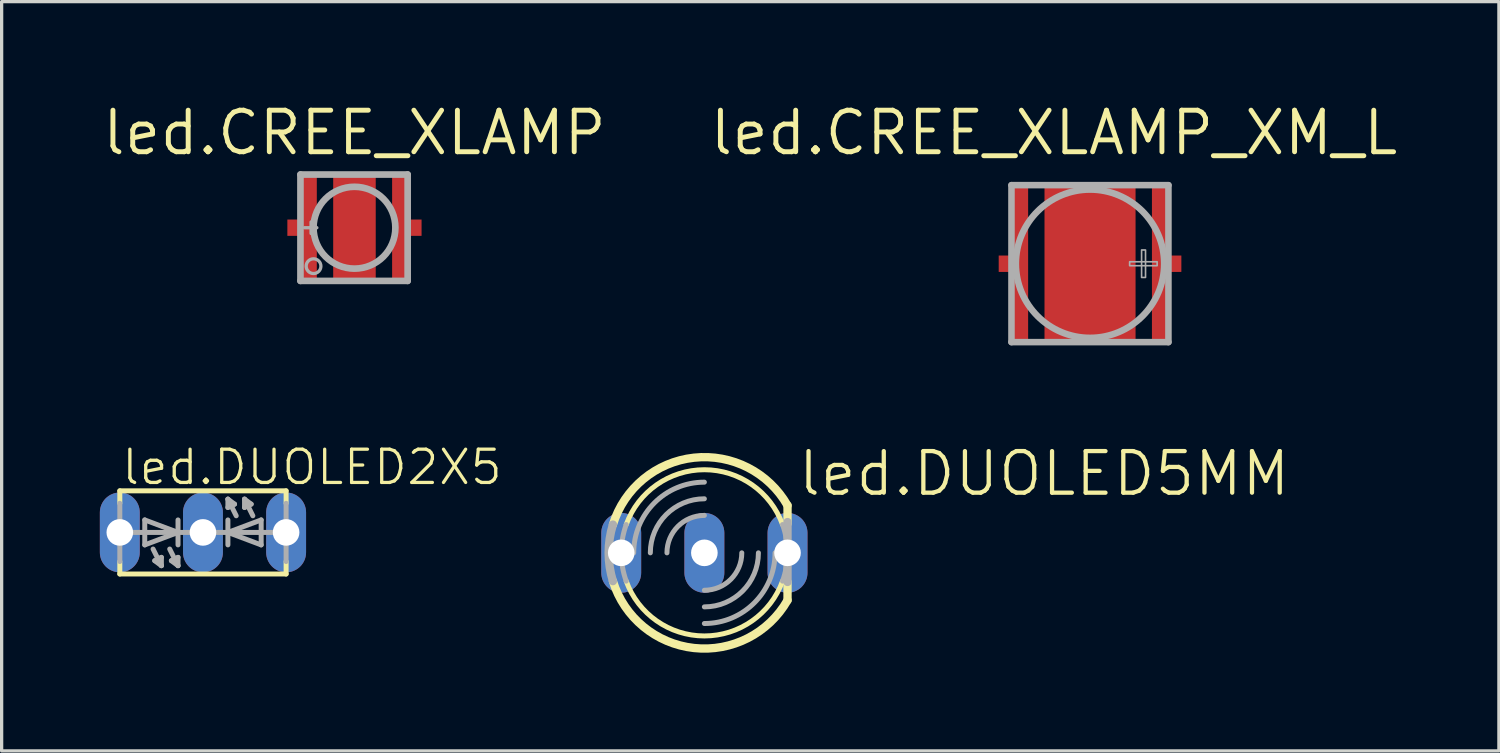
<source format=kicad_pcb>
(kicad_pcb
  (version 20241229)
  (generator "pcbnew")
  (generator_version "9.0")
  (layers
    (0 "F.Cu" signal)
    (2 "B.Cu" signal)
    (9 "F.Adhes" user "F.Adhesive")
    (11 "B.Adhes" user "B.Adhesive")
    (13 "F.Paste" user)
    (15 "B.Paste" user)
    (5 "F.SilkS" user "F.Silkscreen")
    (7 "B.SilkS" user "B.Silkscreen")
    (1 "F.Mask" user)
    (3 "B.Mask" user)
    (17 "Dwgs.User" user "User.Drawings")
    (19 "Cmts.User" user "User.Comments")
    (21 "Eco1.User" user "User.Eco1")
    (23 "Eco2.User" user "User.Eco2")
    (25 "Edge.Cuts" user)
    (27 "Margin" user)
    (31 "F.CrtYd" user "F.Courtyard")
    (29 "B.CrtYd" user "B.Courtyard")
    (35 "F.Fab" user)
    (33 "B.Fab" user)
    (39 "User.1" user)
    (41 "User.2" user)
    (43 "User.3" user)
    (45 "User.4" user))
  (footprint "led.CREE_XLAMP_XM_L"
    (layer "F.Cu")
    (at 30.248 5.006)
    (property "Reference" "led.CREE_XLAMP_XM_L" (at -1.1 -4 0) (layer "F.SilkS") (effects (font (size 1.27 1.27) (thickness 0.15))))
    (attr smd)
    (fp_rect (start -2.84 0.295) (end -2.295 -0.3) (stroke (width 0.05) (type default)) (fill yes) (layer "F.Mask"))
    (fp_rect (start -2.44 2.45) (end -1.845 -2.44) (stroke (width 0.05) (type default)) (fill yes) (layer "F.Mask"))
    (fp_rect (start -1.455 2.44) (end 1.44 -2.445) (stroke (width 0.05) (type default)) (fill yes) (layer "F.Mask"))
    (fp_rect (start 1.845 2.445) (end 2.44 -2.45) (stroke (width 0.05) (type default)) (fill yes) (layer "F.Mask"))
    (fp_rect (start 2.295 0.3) (end 2.84 -0.295) (stroke (width 0.05) (type default)) (fill yes) (layer "F.Mask"))
    (fp_rect (start -2.75 0.195) (end -2.345 -0.2) (stroke (width 0.05) (type default)) (fill yes) (layer "F.Paste"))
    (fp_rect (start -2.35 2.35) (end -1.9 -2.35) (stroke (width 0.05) (type default)) (fill yes) (layer "F.Paste"))
    (fp_rect (start -1.295 2.355) (end 1.3 -2.35) (stroke (width 0.05) (type default)) (fill yes) (layer "F.Paste"))
    (fp_rect (start 1.9 2.35) (end 2.35 -2.35) (stroke (width 0.05) (type default)) (fill yes) (layer "F.Paste"))
    (fp_rect (start 2.345 0.2) (end 2.75 -0.195) (stroke (width 0.05) (type default)) (fill yes) (layer "F.Paste"))
    (fp_line (start -2.4 -2.4) (end 2.395 -2.4) (stroke (width 0.2) (type default)) (layer "F.Fab"))
    (fp_line (start -2.4 2.395) (end -2.4 -2.4) (stroke (width 0.2) (type default)) (layer "F.Fab"))
    (fp_line (start 2.395 -2.4) (end 2.395 2.395) (stroke (width 0.2) (type default)) (layer "F.Fab"))
    (fp_line (start 2.395 2.395) (end -2.4 2.395) (stroke (width 0.2) (type default)) (layer "F.Fab"))
    (fp_rect (start 1.21 0.06) (end 2.05 -0.06) (stroke (width 0.05) (type default)) (fill no) (layer "F.Fab"))
    (fp_rect (start 1.575 0.42) (end 1.695 -0.42) (stroke (width 0.05) (type default)) (fill no) (layer "F.Fab"))
    (fp_circle (center 0 0) (end 2.265 0) (stroke (width 0.2) (type default)) (fill no) (layer "F.Fab"))
    (pad "A" smd roundrect (at 2.141 0) (size 0.5 4.8) (layers "F.Cu" "F.Mask" "F.Paste") (roundrect_rratio 0.01))
    (pad "A@1" smd roundrect (at 2.54 0) (size 0.5 0.5) (layers "F.Cu" "F.Mask" "F.Paste") (roundrect_rratio 0.01))
    (pad "C" smd roundrect (at -2.141 0) (size 0.5 4.8) (layers "F.Cu" "F.Mask" "F.Paste") (roundrect_rratio 0.01))
    (pad "C@1" smd roundrect (at -2.54 0) (size 0.5 0.5) (layers "F.Cu" "F.Mask" "F.Paste") (roundrect_rratio 0.01))
    (pad "EXP" smd roundrect (at 0 0) (size 2.782 4.8) (layers "F.Cu" "F.Mask" "F.Paste") (roundrect_rratio 0.01)))
  (footprint "led.DUOLED5MM"
    (layer "F.Cu")
    (at 18.467 13.838)
    (property "Reference" "led.DUOLED5MM" (at 2.794 -1.676 0) (layer "F.SilkS") (effects (font (size 1.27 1.27) (thickness 0.13)) (justify left bottom)))
    (attr through_hole)
    (fp_line (start 2.54 -1.448) (end 2.54 -0.889) (stroke (width 0.254) (type default)) (layer "F.SilkS"))
    (fp_line (start 2.54 0.889) (end 2.54 1.448) (stroke (width 0.254) (type default)) (layer "F.SilkS"))
    (fp_arc (start -2.7933 -0.8634) (mid -0.318481 -2.906275) (end 2.54 -1.4478) (stroke (width 0.254) (type default)) (layer "F.SilkS"))
    (fp_arc (start -2.3876 -0.8636) (mid 0 -2.538984) (end 2.3876 -0.8636) (stroke (width 0.1524) (type default)) (layer "F.SilkS"))
    (fp_arc (start 2.3876 0.8636) (mid 0 2.538984) (end -2.3876 0.8636) (stroke (width 0.1524) (type default)) (layer "F.SilkS"))
    (fp_arc (start 2.5407 1.4482) (mid -0.318547 2.907036) (end -2.794 0.8636) (stroke (width 0.254) (type default)) (layer "F.SilkS"))
    (fp_line (start 2.54 -0.94) (end 2.54 0.889) (stroke (width 0.254) (type default)) (layer "F.Fab"))
    (fp_arc (start -2.794 0.8636) (mid -2.924421 0) (end -2.794 -0.8636) (stroke (width 0.254) (type default)) (layer "F.Fab"))
    (fp_arc (start -2.3876 0.8636) (mid -2.538984 0) (end -2.3876 -0.8636) (stroke (width 0.1524) (type default)) (layer "F.Fab"))
    (fp_arc (start -2.159 0) (mid -1.526644 -1.526644) (end 0 -2.159) (stroke (width 0.1524) (type default)) (layer "F.Fab"))
    (fp_arc (start -1.651 0) (mid -1.167433 -1.167433) (end 0 -1.651) (stroke (width 0.1524) (type default)) (layer "F.Fab"))
    (fp_arc (start -1.143 0) (mid -0.808223 -0.808223) (end 0 -1.143) (stroke (width 0.1524) (type default)) (layer "F.Fab"))
    (fp_arc (start 1.143 0) (mid 0.808223 0.808223) (end 0 1.143) (stroke (width 0.1524) (type default)) (layer "F.Fab"))
    (fp_arc (start 1.651 0) (mid 1.167433 1.167433) (end 0 1.651) (stroke (width 0.1524) (type default)) (layer "F.Fab"))
    (fp_arc (start 2.159 0) (mid 1.526644 1.526644) (end 0 2.159) (stroke (width 0.1524) (type default)) (layer "F.Fab"))
    (fp_arc (start 2.3876 -0.8636) (mid 2.538984 0) (end 2.3876 0.8636) (stroke (width 0.1524) (type default)) (layer "F.Fab"))
    (pad "AG" thru_hole oval (at -2.54 0 90) (size 2.438 1.219) (drill 0.813) (layers "*.Cu" "*.Mask"))
    (pad "AR" thru_hole oval (at 2.54 0 90) (size 2.438 1.219) (drill 0.813) (layers "*.Cu" "*.Mask"))
    (pad "K" thru_hole oval (at 0 0 90) (size 2.438 1.219) (drill 0.813) (layers "*.Cu" "*.Mask")))
  (footprint "led.DUOLED2X5"
    (layer "F.Cu")
    (at 3.15 13.214)
    (property "Reference" "led.DUOLED2X5" (at -2.54 -1.397 0) (layer "F.SilkS") (effects (font (size 1.016 1.016) (thickness 0.1)) (justify left bottom)))
    (attr through_hole)
    (fp_line (start -2.54 -1.27) (end -2.54 -0.889) (stroke (width 0.152) (type default)) (layer "F.SilkS"))
    (fp_line (start -2.54 1.27) (end -2.54 0.889) (stroke (width 0.152) (type default)) (layer "F.SilkS"))
    (fp_line (start -2.54 1.27) (end 2.54 1.27) (stroke (width 0.152) (type default)) (layer "F.SilkS"))
    (fp_line (start 2.54 -1.27) (end -2.54 -1.27) (stroke (width 0.152) (type default)) (layer "F.SilkS"))
    (fp_line (start 2.54 -1.27) (end 2.54 -0.889) (stroke (width 0.152) (type default)) (layer "F.SilkS"))
    (fp_line (start 2.54 1.27) (end 2.54 0.889) (stroke (width 0.152) (type default)) (layer "F.SilkS"))
    (fp_line (start -2.54 0.889) (end -2.54 -0.889) (stroke (width 0.152) (type default)) (layer "F.Fab"))
    (fp_line (start -2.159 0) (end -0.762 0) (stroke (width 0.152) (type default)) (layer "F.Fab"))
    (fp_line (start -1.778 -0.381) (end -1.778 0.381) (stroke (width 0.152) (type default)) (layer "F.Fab"))
    (fp_line (start -1.778 -0.381) (end -0.762 0) (stroke (width 0.152) (type default)) (layer "F.Fab"))
    (fp_line (start -1.524 0.508) (end -1.27 1.016) (stroke (width 0.152) (type default)) (layer "F.Fab"))
    (fp_line (start -1.473 0.864) (end -1.27 0.762) (stroke (width 0.152) (type default)) (layer "F.Fab"))
    (fp_line (start -1.27 1.016) (end -1.473 0.864) (stroke (width 0.152) (type default)) (layer "F.Fab"))
    (fp_line (start -1.27 1.016) (end -1.27 0.762) (stroke (width 0.152) (type default)) (layer "F.Fab"))
    (fp_line (start -1.016 0.508) (end -0.762 1.016) (stroke (width 0.152) (type default)) (layer "F.Fab"))
    (fp_line (start -0.965 0.864) (end -0.762 0.762) (stroke (width 0.152) (type default)) (layer "F.Fab"))
    (fp_line (start -0.762 -0.381) (end -0.762 0) (stroke (width 0.152) (type default)) (layer "F.Fab"))
    (fp_line (start -0.762 0) (end -1.778 0.381) (stroke (width 0.152) (type default)) (layer "F.Fab"))
    (fp_line (start -0.762 0) (end -0.762 0.381) (stroke (width 0.152) (type default)) (layer "F.Fab"))
    (fp_line (start -0.762 1.016) (end -0.965 0.864) (stroke (width 0.152) (type default)) (layer "F.Fab"))
    (fp_line (start -0.762 1.016) (end -0.762 0.762) (stroke (width 0.152) (type default)) (layer "F.Fab"))
    (fp_line (start 0.762 -1.016) (end 0.762 -0.762) (stroke (width 0.152) (type default)) (layer "F.Fab"))
    (fp_line (start 0.762 -1.016) (end 0.965 -0.864) (stroke (width 0.152) (type default)) (layer "F.Fab"))
    (fp_line (start 0.762 0) (end -0.762 0) (stroke (width 0.152) (type default)) (layer "F.Fab"))
    (fp_line (start 0.762 0) (end 0.762 -0.381) (stroke (width 0.152) (type default)) (layer "F.Fab"))
    (fp_line (start 0.762 0) (end 1.778 -0.381) (stroke (width 0.152) (type default)) (layer "F.Fab"))
    (fp_line (start 0.762 0.381) (end 0.762 0) (stroke (width 0.152) (type default)) (layer "F.Fab"))
    (fp_line (start 0.965 -0.864) (end 0.762 -0.762) (stroke (width 0.152) (type default)) (layer "F.Fab"))
    (fp_line (start 1.016 -0.508) (end 0.762 -1.016) (stroke (width 0.152) (type default)) (layer "F.Fab"))
    (fp_line (start 1.27 -1.016) (end 1.27 -0.762) (stroke (width 0.152) (type default)) (layer "F.Fab"))
    (fp_line (start 1.27 -1.016) (end 1.473 -0.864) (stroke (width 0.152) (type default)) (layer "F.Fab"))
    (fp_line (start 1.473 -0.864) (end 1.27 -0.762) (stroke (width 0.152) (type default)) (layer "F.Fab"))
    (fp_line (start 1.524 -0.508) (end 1.27 -1.016) (stroke (width 0.152) (type default)) (layer "F.Fab"))
    (fp_line (start 1.778 0.381) (end 0.762 0) (stroke (width 0.152) (type default)) (layer "F.Fab"))
    (fp_line (start 1.778 0.381) (end 1.778 -0.381) (stroke (width 0.152) (type default)) (layer "F.Fab"))
    (fp_line (start 2.159 0) (end 0.762 0) (stroke (width 0.152) (type default)) (layer "F.Fab"))
    (fp_line (start 2.54 0.889) (end 2.54 -0.889) (stroke (width 0.152) (type default)) (layer "F.Fab"))
    (pad "AG" thru_hole oval (at -2.54 0 90) (size 2.438 1.219) (drill 0.813) (layers "*.Cu" "*.Mask"))
    (pad "AR" thru_hole oval (at 2.54 0 90) (size 2.438 1.219) (drill 0.813) (layers "*.Cu" "*.Mask"))
    (pad "K" thru_hole oval (at 0 0 90) (size 2.438 1.219) (drill 0.813) (layers "*.Cu" "*.Mask")))
  (footprint "led.CREE_XLAMP"
    (layer "F.Cu")
    (at 7.778 3.906)
    (property "Reference" "led.CREE_XLAMP" (at 0 -2.9 0) (layer "F.SilkS") (effects (font (size 1.27 1.27) (thickness 0.15))))
    (attr smd)
    (fp_rect (start -2 0.2) (end -1.575 -0.2) (stroke (width 0.05) (type default)) (fill yes) (layer "F.Paste"))
    (fp_rect (start -1.6 1.575) (end -1.2 -1.6) (stroke (width 0.05) (type default)) (fill yes) (layer "F.Paste"))
    (fp_rect (start -0.6 1.6) (end 0.6 -1.6) (stroke (width 0.05) (type default)) (fill yes) (layer "F.Paste"))
    (fp_rect (start 1.2 1.6) (end 1.6 -1.575) (stroke (width 0.05) (type default)) (fill yes) (layer "F.Paste"))
    (fp_rect (start 1.575 0.2) (end 2 -0.2) (stroke (width 0.05) (type default)) (fill yes) (layer "F.Paste"))
    (fp_line (start -1.65 -1.625) (end 1.625 -1.625) (stroke (width 0.203) (type default)) (layer "F.Fab"))
    (fp_line (start -1.65 1.625) (end -1.65 -1.625) (stroke (width 0.203) (type default)) (layer "F.Fab"))
    (fp_line (start -1.525 0) (end -1.15 0) (stroke (width 0.102) (type default)) (layer "F.Fab"))
    (fp_line (start -1.325 -0.175) (end -1.325 0.175) (stroke (width 0.102) (type default)) (layer "F.Fab"))
    (fp_line (start 1.625 -1.625) (end 1.625 1.625) (stroke (width 0.203) (type default)) (layer "F.Fab"))
    (fp_line (start 1.625 1.625) (end -1.65 1.625) (stroke (width 0.203) (type default)) (layer "F.Fab"))
    (fp_circle (center -1.25 1.175) (end -1.025 1.175) (stroke (width 0.1) (type default)) (fill no) (layer "F.Fab"))
    (fp_circle (center 0 0) (end 1.25 0) (stroke (width 0.203) (type default)) (fill no) (layer "F.Fab"))
    (pad "A" smd roundrect (at -1.4 0) (size 0.5 3.3) (layers "F.Cu" "F.Mask" "F.Paste") (roundrect_rratio 0.01))
    (pad "A@1" smd roundrect (at -1.825 0) (size 0.45 0.5) (layers "F.Cu" "F.Mask" "F.Paste") (roundrect_rratio 0.01))
    (pad "C" smd roundrect (at 1.4 0) (size 0.5 3.3) (layers "F.Cu" "F.Mask" "F.Paste") (roundrect_rratio 0.01))
    (pad "C@1" smd roundrect (at 1.825 0) (size 0.45 0.5) (layers "F.Cu" "F.Mask" "F.Paste") (roundrect_rratio 0.01))
    (pad "X" smd roundrect (at 0 0) (size 1.3 3.3) (layers "F.Cu" "F.Mask" "F.Paste") (roundrect_rratio 0.01)))
  (gr_rect
    (start -3 -3)
    (end 42.738 19.889)
    (stroke (width 0.1) (type default))
    (fill no)
    (layer "Edge.Cuts")))
</source>
